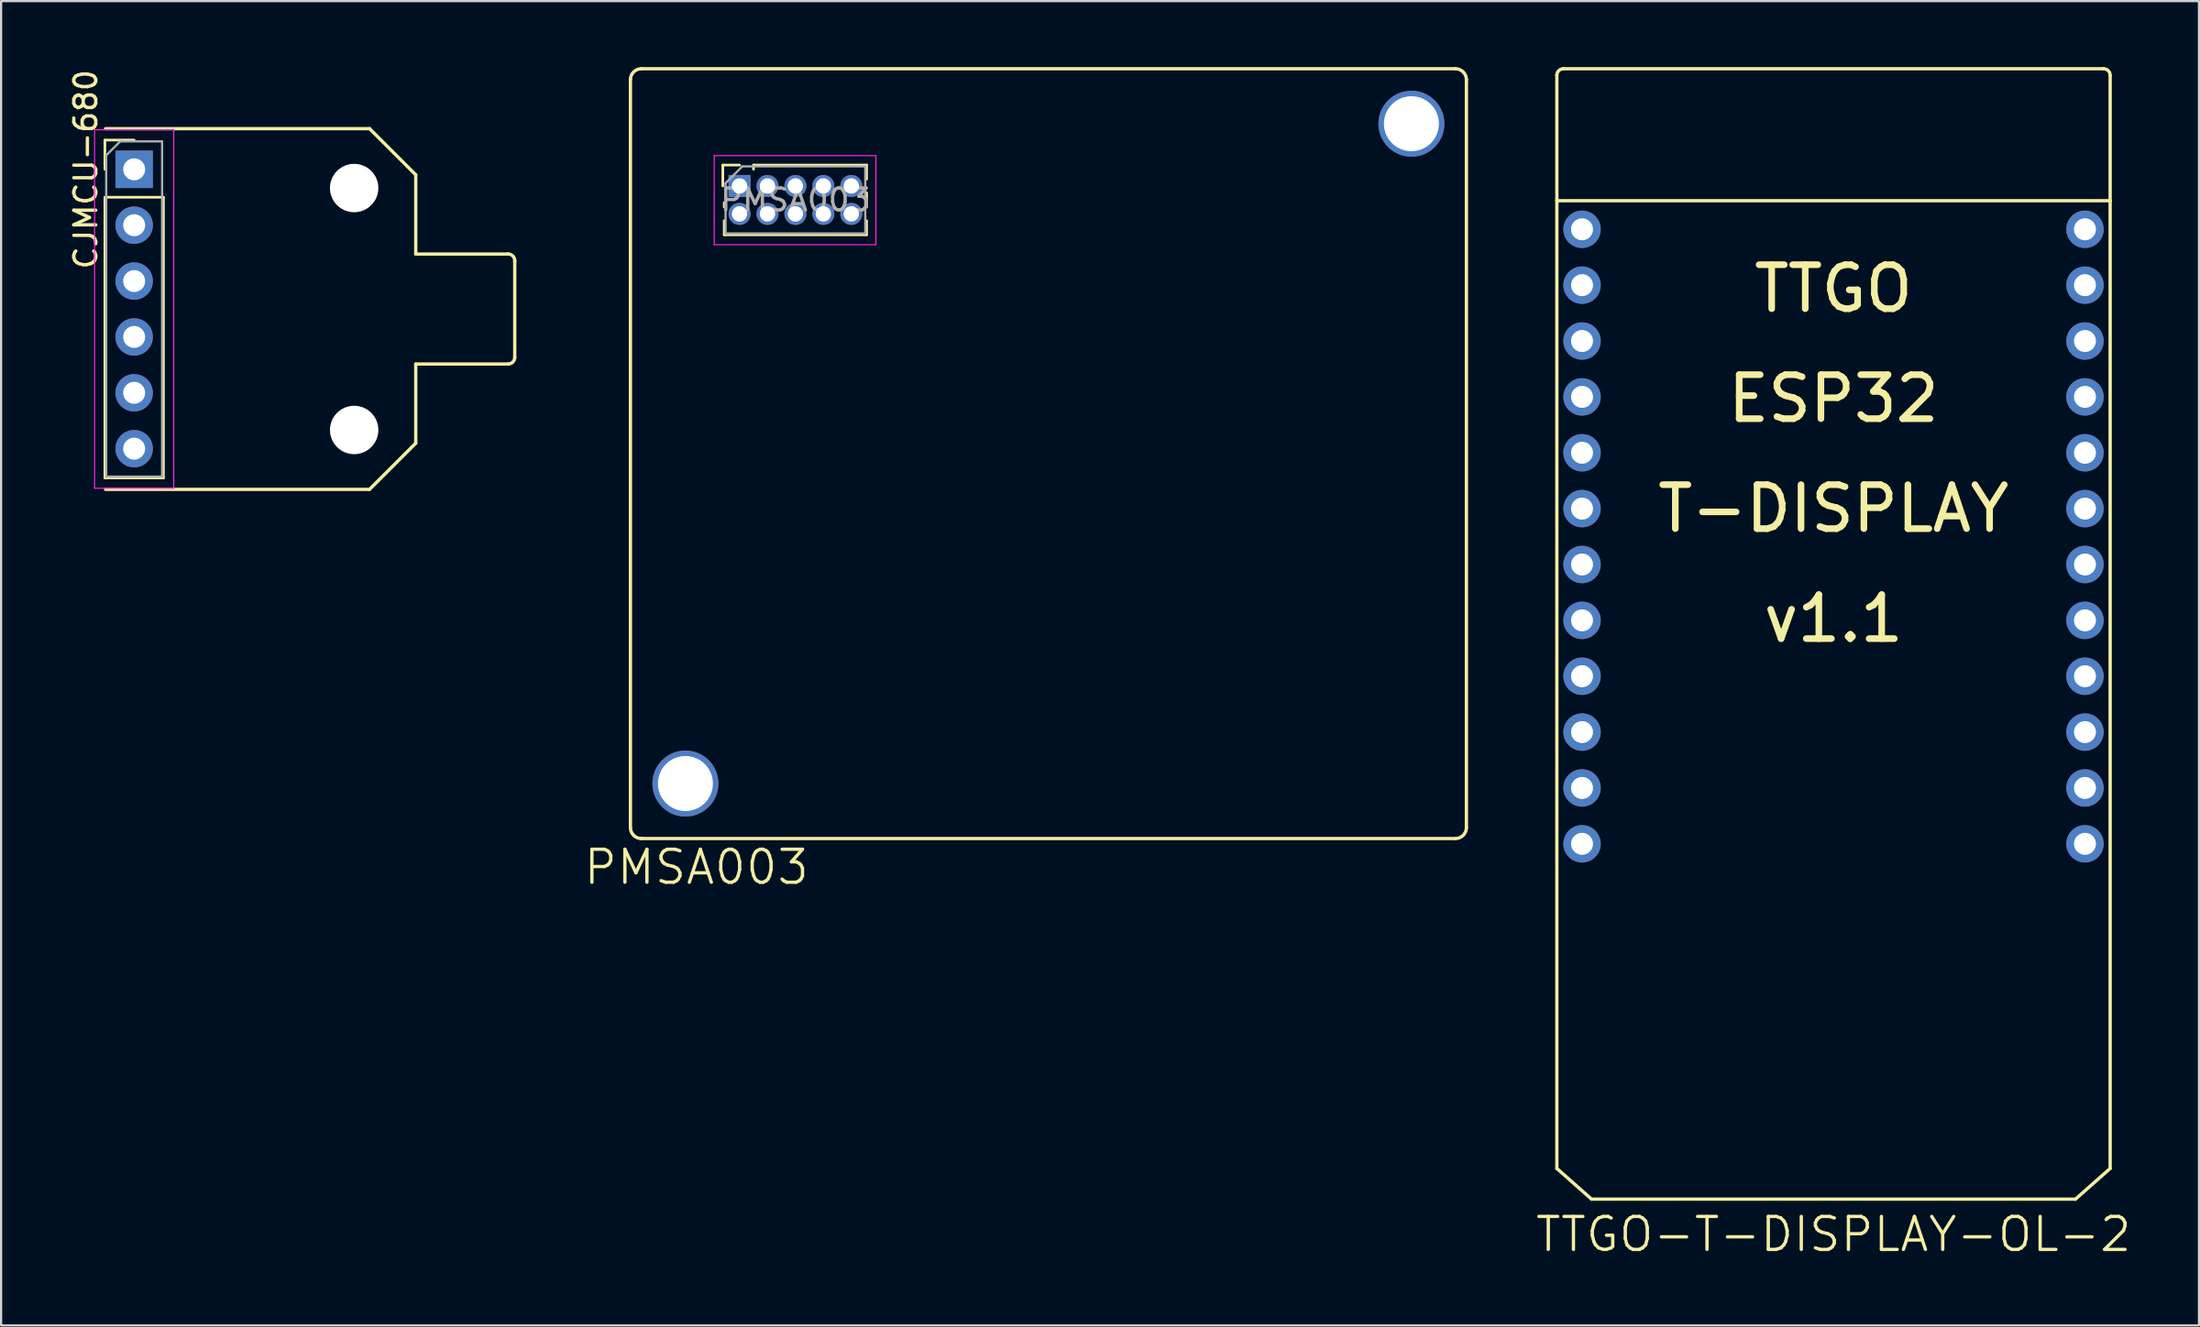
<source format=kicad_pcb>
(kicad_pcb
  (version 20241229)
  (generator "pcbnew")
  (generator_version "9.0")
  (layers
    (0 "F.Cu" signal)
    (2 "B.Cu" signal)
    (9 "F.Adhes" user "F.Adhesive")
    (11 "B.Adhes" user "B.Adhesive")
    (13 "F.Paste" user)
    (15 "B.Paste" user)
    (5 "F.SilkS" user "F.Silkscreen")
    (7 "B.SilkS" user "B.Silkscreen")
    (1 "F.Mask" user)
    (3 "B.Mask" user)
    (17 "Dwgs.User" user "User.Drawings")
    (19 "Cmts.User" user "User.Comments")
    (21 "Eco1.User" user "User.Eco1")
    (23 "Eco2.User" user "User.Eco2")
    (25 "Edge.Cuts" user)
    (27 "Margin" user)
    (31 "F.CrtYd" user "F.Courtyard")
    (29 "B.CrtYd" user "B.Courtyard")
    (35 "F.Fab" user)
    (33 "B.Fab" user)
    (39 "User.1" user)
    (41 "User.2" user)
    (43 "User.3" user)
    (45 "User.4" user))
  (footprint "CJMCU-680"
    (layer "F.Cu")
    (at 3.048 4.649)
    (property "Reference" "CJMCU-680" (at -2.2 0 270) (layer "F.SilkS") (effects (font (size 1 1) (thickness 0.15))))
    (attr through_hole)
    (fp_line (start -1.33 -1.33) (end 0 -1.33) (stroke (width 0.12) (type solid)) (layer "F.SilkS"))
    (fp_line (start -1.33 0) (end -1.33 -1.33) (stroke (width 0.12) (type solid)) (layer "F.SilkS"))
    (fp_line (start -1.33 1.27) (end -1.33 14.03) (stroke (width 0.12) (type solid)) (layer "F.SilkS"))
    (fp_line (start -1.33 1.27) (end 1.33 1.27) (stroke (width 0.12) (type solid)) (layer "F.SilkS"))
    (fp_line (start -1.33 14.03) (end 1.33 14.03) (stroke (width 0.12) (type solid)) (layer "F.SilkS"))
    (fp_line (start -1.3 -1.85) (end 10.7 -1.85) (stroke (width 0.15) (type solid)) (layer "F.SilkS"))
    (fp_line (start -1.3 14.55) (end 10.7 14.55) (stroke (width 0.15) (type solid)) (layer "F.SilkS"))
    (fp_line (start 1.33 1.27) (end 1.33 14.03) (stroke (width 0.12) (type solid)) (layer "F.SilkS"))
    (fp_line (start 10.7 -1.85) (end 12.8 0.25) (stroke (width 0.15) (type solid)) (layer "F.SilkS"))
    (fp_line (start 10.7 14.55) (end 12.8 12.45) (stroke (width 0.15) (type solid)) (layer "F.SilkS"))
    (fp_line (start 12.8 0.25) (end 12.8 3.85) (stroke (width 0.15) (type solid)) (layer "F.SilkS"))
    (fp_line (start 12.8 3.85) (end 17 3.85) (stroke (width 0.15) (type solid)) (layer "F.SilkS"))
    (fp_line (start 12.8 12.45) (end 12.8 8.85) (stroke (width 0.15) (type solid)) (layer "F.SilkS"))
    (fp_line (start 17 8.85) (end 12.8 8.85) (stroke (width 0.15) (type solid)) (layer "F.SilkS"))
    (fp_line (start 17.3 4.15) (end 17.3 8.55) (stroke (width 0.15) (type solid)) (layer "F.SilkS"))
    (fp_arc (start 17 3.85) (mid 17.212132 3.937868) (end 17.3 4.15) (stroke (width 0.15) (type solid)) (layer "F.SilkS"))
    (fp_arc (start 17.3 8.55) (mid 17.212132 8.762132) (end 17 8.85) (stroke (width 0.15) (type solid)) (layer "F.SilkS"))
    (fp_line (start -1.8 -1.8) (end -1.8 14.5) (stroke (width 0.05) (type solid)) (layer "F.CrtYd"))
    (fp_line (start -1.8 14.5) (end 1.8 14.5) (stroke (width 0.05) (type solid)) (layer "F.CrtYd"))
    (fp_line (start 1.8 -1.8) (end -1.8 -1.8) (stroke (width 0.05) (type solid)) (layer "F.CrtYd"))
    (fp_line (start 1.8 14.5) (end 1.8 -1.8) (stroke (width 0.05) (type solid)) (layer "F.CrtYd"))
    (fp_line (start -1.27 -0.635) (end -0.635 -1.27) (stroke (width 0.1) (type solid)) (layer "F.Fab"))
    (fp_line (start -1.27 13.97) (end -1.27 -0.635) (stroke (width 0.1) (type solid)) (layer "F.Fab"))
    (fp_line (start -0.635 -1.27) (end 1.27 -1.27) (stroke (width 0.1) (type solid)) (layer "F.Fab"))
    (fp_line (start 1.27 -1.27) (end 1.27 13.97) (stroke (width 0.1) (type solid)) (layer "F.Fab"))
    (fp_line (start 1.27 13.97) (end -1.27 13.97) (stroke (width 0.1) (type solid)) (layer "F.Fab"))
    (pad "" np_thru_hole circle (at 10 0.85) (size 2.2 2.2) (drill 2.2) (layers "*.Cu" "*.Mask"))
    (pad "" np_thru_hole circle (at 10 11.85) (size 2.2 2.2) (drill 2.2) (layers "*.Cu" "*.Mask"))
    (pad "1" thru_hole rect (at 0 0) (size 1.7 1.7) (drill 1) (layers "*.Cu" "*.Mask"))
    (pad "2" thru_hole oval (at 0 2.54) (size 1.7 1.7) (drill 1) (layers "*.Cu" "*.Mask"))
    (pad "3" thru_hole oval (at 0 5.08) (size 1.7 1.7) (drill 1) (layers "*.Cu" "*.Mask"))
    (pad "4" thru_hole oval (at 0 7.62) (size 1.7 1.7) (drill 1) (layers "*.Cu" "*.Mask"))
    (pad "5" thru_hole oval (at 0 10.16) (size 1.7 1.7) (drill 1) (layers "*.Cu" "*.Mask"))
    (pad "6" thru_hole oval (at 0 12.7) (size 1.7 1.7) (drill 1) (layers "*.Cu" "*.Mask")))
  (footprint "TTGO-T-DISPLAY-OL-2"
    (layer "F.Cu")
    (at 80.291 20.075)
    (property "Reference" "TTGO-T-DISPLAY-OL-2" (at 0 32.994 0) (layer "F.SilkS") (effects (font (size 1.5 1.5) (thickness 0.15))))
    (attr through_hole)
    (fp_line (start -12.575 -14) (end 12.575 -14) (stroke (width 0.15) (type solid)) (layer "F.SilkS"))
    (fp_line (start -12.575 30) (end -12.575 -19.7) (stroke (width 0.15) (type solid)) (layer "F.SilkS"))
    (fp_line (start -12.575 30) (end -11 31.394) (stroke (width 0.15) (type solid)) (layer "F.SilkS"))
    (fp_line (start -12.275 -20) (end 12.275 -20) (stroke (width 0.15) (type solid)) (layer "F.SilkS"))
    (fp_line (start -11 31.394) (end 11 31.394) (stroke (width 0.15) (type solid)) (layer "F.SilkS"))
    (fp_line (start 11 31.394) (end 12.575 30) (stroke (width 0.15) (type solid)) (layer "F.SilkS"))
    (fp_line (start 12.575 30) (end 12.575 -19.7) (stroke (width 0.15) (type solid)) (layer "F.SilkS"))
    (fp_arc (start -12.575 -19.7) (mid -12.487132 -19.912132) (end -12.275 -20) (stroke (width 0.15) (type solid)) (layer "F.SilkS"))
    (fp_arc (start 12.275 -20) (mid 12.487132 -19.912132) (end 12.575 -19.7) (stroke (width 0.15) (type solid)) (layer "F.SilkS"))
    (fp_text user "ESP32" (at 0 -5 0) (layer "F.SilkS") (effects (font (size 2 2) (thickness 0.3))))
    (fp_text user "T-DISPLAY" (at 0 0 0) (layer "F.SilkS") (effects (font (size 2 2) (thickness 0.3))))
    (fp_text user "TTGO" (at 0 -10 0) (layer "F.SilkS") (effects (font (size 2 2) (thickness 0.3))))
    (fp_text user "v1.1" (at 0 5 0) (layer "F.SilkS") (effects (font (size 2 2) (thickness 0.3))))
    (pad "2" thru_hole circle (at -11.43 0) (size 1.7 1.7) (drill 1) (layers "*.Cu" "*.Mask"))
    (pad "3V3_0" thru_hole circle (at -11.43 15.24) (size 1.7 1.7) (drill 1) (layers "*.Cu" "*.Mask"))
    (pad "3V3_1" thru_hole circle (at 11.43 -12.7) (size 1.7 1.7) (drill 1) (layers "*.Cu" "*.Mask"))
    (pad "5V" thru_hole circle (at 11.43 15.24) (size 1.7 1.7) (drill 1) (layers "*.Cu" "*.Mask"))
    (pad "12" thru_hole circle (at -11.43 7.62) (size 1.7 1.7) (drill 1) (layers "*.Cu" "*.Mask"))
    (pad "13" thru_hole circle (at -11.43 5.08) (size 1.7 1.7) (drill 1) (layers "*.Cu" "*.Mask"))
    (pad "15" thru_hole circle (at -11.43 2.54) (size 1.7 1.7) (drill 1) (layers "*.Cu" "*.Mask"))
    (pad "17" thru_hole circle (at -11.43 -2.54) (size 1.7 1.7) (drill 1) (layers "*.Cu" "*.Mask"))
    (pad "21" thru_hole circle (at -11.43 -7.62) (size 1.7 1.7) (drill 1) (layers "*.Cu" "*.Mask"))
    (pad "22" thru_hole circle (at -11.43 -5.08) (size 1.7 1.7) (drill 1) (layers "*.Cu" "*.Mask"))
    (pad "25" thru_hole circle (at 11.43 5.08) (size 1.7 1.7) (drill 1) (layers "*.Cu" "*.Mask"))
    (pad "26" thru_hole circle (at 11.43 7.62) (size 1.7 1.7) (drill 1) (layers "*.Cu" "*.Mask"))
    (pad "27" thru_hole circle (at 11.43 10.16) (size 1.7 1.7) (drill 1) (layers "*.Cu" "*.Mask"))
    (pad "32" thru_hole circle (at 11.43 0) (size 1.7 1.7) (drill 1) (layers "*.Cu" "*.Mask"))
    (pad "33" thru_hole circle (at 11.43 2.54) (size 1.7 1.7) (drill 1) (layers "*.Cu" "*.Mask"))
    (pad "36" thru_hole circle (at 11.43 -10.16) (size 1.7 1.7) (drill 1) (layers "*.Cu" "*.Mask"))
    (pad "37" thru_hole circle (at 11.43 -7.62) (size 1.7 1.7) (drill 1) (layers "*.Cu" "*.Mask"))
    (pad "38" thru_hole circle (at 11.43 -5.08) (size 1.7 1.7) (drill 1) (layers "*.Cu" "*.Mask"))
    (pad "39" thru_hole circle (at 11.43 -2.54) (size 1.7 1.7) (drill 1) (layers "*.Cu" "*.Mask"))
    (pad "GND_0" thru_hole circle (at -11.43 -12.7) (size 1.7 1.7) (drill 1) (layers "*.Cu" "*.Mask"))
    (pad "GND_1" thru_hole circle (at -11.43 -10.16) (size 1.7 1.7) (drill 1) (layers "*.Cu" "*.Mask"))
    (pad "GND_2" thru_hole circle (at -11.43 10.16) (size 1.7 1.7) (drill 1) (layers "*.Cu" "*.Mask"))
    (pad "GND_3" thru_hole circle (at -11.43 12.7) (size 1.7 1.7) (drill 1) (layers "*.Cu" "*.Mask"))
    (pad "GND_4" thru_hole circle (at 11.43 12.7) (size 1.7 1.7) (drill 1) (layers "*.Cu" "*.Mask")))
  (footprint "PMSA003"
    (layer "F.Cu")
    (at 44.605 17.575)
    (property "Reference" "PMSA003" (at -16 18.8 0) (layer "F.SilkS") (effects (font (size 1.5 1.5) (thickness 0.15))))
    (attr through_hole)
    (fp_line (start -19 17) (end -19 -17) (stroke (width 0.15) (type solid)) (layer "F.SilkS"))
    (fp_line (start -18.5 -17.5) (end 18.5 -17.5) (stroke (width 0.15) (type solid)) (layer "F.SilkS"))
    (fp_line (start -14.8 -13.12) (end -14.04 -13.12) (stroke (width 0.12) (type solid)) (layer "F.SilkS"))
    (fp_line (start -14.8 -12.17) (end -14.8 -13.12) (stroke (width 0.12) (type solid)) (layer "F.SilkS"))
    (fp_line (start -14.735 -11.208) (end -14.735 -11.41) (stroke (width 0.12) (type solid)) (layer "F.SilkS"))
    (fp_line (start -14.735 -9.95) (end -14.735 -10.592) (stroke (width 0.12) (type solid)) (layer "F.SilkS"))
    (fp_line (start -14.735 -9.95) (end -8.265 -9.95) (stroke (width 0.12) (type solid)) (layer "F.SilkS"))
    (fp_line (start -13.405 -13.12) (end -8.265 -13.12) (stroke (width 0.12) (type solid)) (layer "F.SilkS"))
    (fp_line (start -13.405 -12.93) (end -13.405 -13.12) (stroke (width 0.12) (type solid)) (layer "F.SilkS"))
    (fp_line (start -8.265 -12.478) (end -8.265 -13.12) (stroke (width 0.12) (type solid)) (layer "F.SilkS"))
    (fp_line (start -8.265 -11.208) (end -8.265 -11.862) (stroke (width 0.12) (type solid)) (layer "F.SilkS"))
    (fp_line (start -8.265 -9.95) (end -8.265 -10.592) (stroke (width 0.12) (type solid)) (layer "F.SilkS"))
    (fp_line (start 18.5 17.5) (end -18.5 17.5) (stroke (width 0.15) (type solid)) (layer "F.SilkS"))
    (fp_line (start 19 -17) (end 19 17) (stroke (width 0.15) (type solid)) (layer "F.SilkS"))
    (fp_arc (start -19 -17) (mid -18.853553 -17.353553) (end -18.5 -17.5) (stroke (width 0.15) (type solid)) (layer "F.SilkS"))
    (fp_arc (start -18.5 17.5) (mid -18.853553 17.353553) (end -19 17) (stroke (width 0.15) (type solid)) (layer "F.SilkS"))
    (fp_arc (start 18.5 -17.5) (mid 18.853553 -17.353553) (end 19 -17) (stroke (width 0.15) (type solid)) (layer "F.SilkS"))
    (fp_arc (start 19 17) (mid 18.853553 17.353553) (end 18.5 17.5) (stroke (width 0.15) (type solid)) (layer "F.SilkS"))
    (fp_line (start -15.19 -13.55) (end -7.84 -13.55) (stroke (width 0.05) (type solid)) (layer "F.CrtYd"))
    (fp_line (start -15.19 -9.5) (end -15.19 -13.55) (stroke (width 0.05) (type solid)) (layer "F.CrtYd"))
    (fp_line (start -7.84 -13.55) (end -7.84 -9.5) (stroke (width 0.05) (type solid)) (layer "F.CrtYd"))
    (fp_line (start -7.84 -9.5) (end -15.19 -9.5) (stroke (width 0.05) (type solid)) (layer "F.CrtYd"))
    (fp_line (start -14.675 -12.297) (end -13.912 -13.06) (stroke (width 0.1) (type solid)) (layer "F.Fab"))
    (fp_line (start -14.675 -10.01) (end -14.675 -12.297) (stroke (width 0.1) (type solid)) (layer "F.Fab"))
    (fp_line (start -13.912 -13.06) (end -8.325 -13.06) (stroke (width 0.1) (type solid)) (layer "F.Fab"))
    (fp_line (start -8.325 -13.06) (end -8.325 -10.01) (stroke (width 0.1) (type solid)) (layer "F.Fab"))
    (fp_line (start -8.325 -10.01) (end -14.675 -10.01) (stroke (width 0.1) (type solid)) (layer "F.Fab"))
    (fp_text user "${REFERENCE}" (at -11.5 -11.535 180) (layer "F.Fab") (effects (font (size 1 1) (thickness 0.15))))
    (pad "1" thru_hole rect (at -14.04 -12.17 90) (size 1 1) (drill 0.7) (layers "*.Cu" "*.Mask"))
    (pad "2" thru_hole oval (at -14.04 -10.9 90) (size 1 1) (drill 0.7) (layers "*.Cu" "*.Mask"))
    (pad "3" thru_hole oval (at -12.77 -12.17 90) (size 1 1) (drill 0.7) (layers "*.Cu" "*.Mask"))
    (pad "4" thru_hole oval (at -12.77 -10.9 90) (size 1 1) (drill 0.7) (layers "*.Cu" "*.Mask"))
    (pad "5" thru_hole oval (at -11.5 -12.17 90) (size 1 1) (drill 0.7) (layers "*.Cu" "*.Mask"))
    (pad "6" thru_hole oval (at -11.5 -10.9 90) (size 1 1) (drill 0.7) (layers "*.Cu" "*.Mask"))
    (pad "7" thru_hole oval (at -10.23 -12.17 90) (size 1 1) (drill 0.7) (layers "*.Cu" "*.Mask"))
    (pad "8" thru_hole oval (at -10.23 -10.9 90) (size 1 1) (drill 0.7) (layers "*.Cu" "*.Mask"))
    (pad "9" thru_hole oval (at -8.96 -12.17 90) (size 1 1) (drill 0.7) (layers "*.Cu" "*.Mask"))
    (pad "10" thru_hole oval (at -8.96 -10.9 90) (size 1 1) (drill 0.7) (layers "*.Cu" "*.Mask"))
    (pad "M1" thru_hole circle (at -16.5 15) (size 3 3) (drill 2.5) (layers "*.Cu" "*.Mask"))
    (pad "M1" thru_hole circle (at 16.5 -15) (size 3 3) (drill 2.5) (layers "*.Cu" "*.Mask")))
  (gr_rect
    (start -3 -3)
    (end 96.902 57.21)
    (stroke (width 0.1) (type default))
    (fill no)
    (layer "Edge.Cuts")))
</source>
